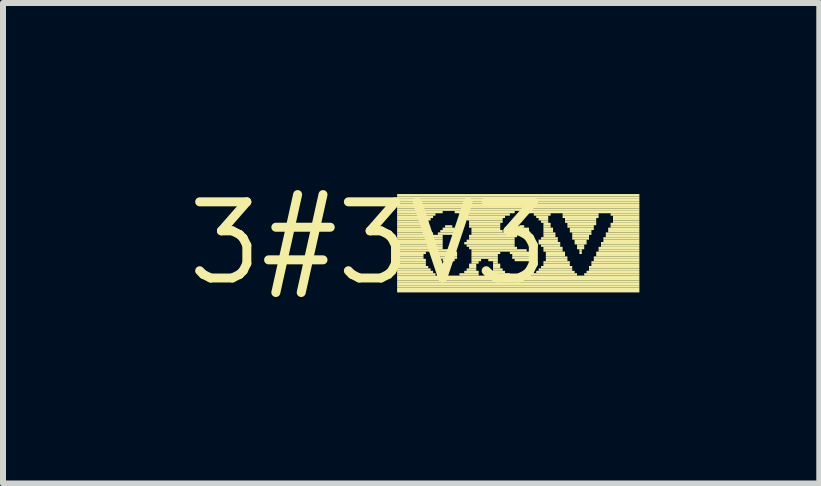
<source format=kicad_pcb>
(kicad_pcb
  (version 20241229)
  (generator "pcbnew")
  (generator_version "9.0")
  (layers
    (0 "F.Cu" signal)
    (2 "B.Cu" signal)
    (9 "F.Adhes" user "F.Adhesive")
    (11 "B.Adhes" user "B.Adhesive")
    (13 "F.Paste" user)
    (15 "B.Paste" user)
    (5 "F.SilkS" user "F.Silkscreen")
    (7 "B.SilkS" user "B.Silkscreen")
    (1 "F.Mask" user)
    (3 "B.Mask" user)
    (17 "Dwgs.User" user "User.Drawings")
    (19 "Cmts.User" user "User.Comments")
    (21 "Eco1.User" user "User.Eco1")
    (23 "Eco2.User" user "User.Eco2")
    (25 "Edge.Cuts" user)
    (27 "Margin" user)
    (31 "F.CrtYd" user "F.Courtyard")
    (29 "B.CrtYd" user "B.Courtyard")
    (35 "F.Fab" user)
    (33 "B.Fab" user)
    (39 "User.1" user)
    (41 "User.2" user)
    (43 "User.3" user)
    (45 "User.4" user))
  (footprint "3#3V3"
    (layer "F.Cu")
    (at 3.092 1.006)
    (property "Reference" "3#3V3" (at 0 0 0) (layer "F.SilkS") (effects (font (size 1.27 1.27) (thickness 0.15))))
    (attr through_hole)
    (fp_poly (pts (xy 0.48 -0.78) (xy 4.52 -0.78) (xy 4.52 -0.82) (xy 0.48 -0.82)) (stroke (width 0) (type solid)) (fill yes) (layer "F.SilkS"))
    (fp_poly (pts (xy 0.48 -0.74) (xy 4.52 -0.74) (xy 4.52 -0.78) (xy 0.48 -0.78)) (stroke (width 0) (type solid)) (fill yes) (layer "F.SilkS"))
    (fp_poly (pts (xy 0.48 -0.7) (xy 4.52 -0.7) (xy 4.52 -0.74) (xy 0.48 -0.74)) (stroke (width 0) (type solid)) (fill yes) (layer "F.SilkS"))
    (fp_poly (pts (xy 0.48 -0.66) (xy 4.52 -0.66) (xy 4.52 -0.7) (xy 0.48 -0.7)) (stroke (width 0) (type solid)) (fill yes) (layer "F.SilkS"))
    (fp_poly (pts (xy 0.48 -0.62) (xy 4.52 -0.62) (xy 4.52 -0.66) (xy 0.48 -0.66)) (stroke (width 0) (type solid)) (fill yes) (layer "F.SilkS"))
    (fp_poly (pts (xy 0.48 -0.58) (xy 4.52 -0.58) (xy 4.52 -0.62) (xy 0.48 -0.62)) (stroke (width 0) (type solid)) (fill yes) (layer "F.SilkS"))
    (fp_poly (pts (xy 0.48 -0.54) (xy 4.52 -0.54) (xy 4.52 -0.58) (xy 0.48 -0.58)) (stroke (width 0) (type solid)) (fill yes) (layer "F.SilkS"))
    (fp_poly (pts (xy 0.48 -0.5) (xy 1.24 -0.5) (xy 1.24 -0.54) (xy 0.48 -0.54)) (stroke (width 0) (type solid)) (fill yes) (layer "F.SilkS"))
    (fp_poly (pts (xy 0.48 -0.46) (xy 1.12 -0.46) (xy 1.12 -0.5) (xy 0.48 -0.5)) (stroke (width 0) (type solid)) (fill yes) (layer "F.SilkS"))
    (fp_poly (pts (xy 0.48 -0.42) (xy 1.08 -0.42) (xy 1.08 -0.46) (xy 0.48 -0.46)) (stroke (width 0) (type solid)) (fill yes) (layer "F.SilkS"))
    (fp_poly (pts (xy 0.48 -0.38) (xy 1.04 -0.38) (xy 1.04 -0.42) (xy 0.48 -0.42)) (stroke (width 0) (type solid)) (fill yes) (layer "F.SilkS"))
    (fp_poly (pts (xy 0.48 -0.34) (xy 1 -0.34) (xy 1 -0.38) (xy 0.48 -0.38)) (stroke (width 0) (type solid)) (fill yes) (layer "F.SilkS"))
    (fp_poly (pts (xy 0.48 -0.3) (xy 1 -0.3) (xy 1 -0.34) (xy 0.48 -0.34)) (stroke (width 0) (type solid)) (fill yes) (layer "F.SilkS"))
    (fp_poly (pts (xy 0.48 -0.26) (xy 0.96 -0.26) (xy 0.96 -0.3) (xy 0.48 -0.3)) (stroke (width 0) (type solid)) (fill yes) (layer "F.SilkS"))
    (fp_poly (pts (xy 0.48 -0.22) (xy 1 -0.22) (xy 1 -0.26) (xy 0.48 -0.26)) (stroke (width 0) (type solid)) (fill yes) (layer "F.SilkS"))
    (fp_poly (pts (xy 0.48 -0.18) (xy 1 -0.18) (xy 1 -0.22) (xy 0.48 -0.22)) (stroke (width 0) (type solid)) (fill yes) (layer "F.SilkS"))
    (fp_poly (pts (xy 0.48 -0.14) (xy 1.08 -0.14) (xy 1.08 -0.18) (xy 0.48 -0.18)) (stroke (width 0) (type solid)) (fill yes) (layer "F.SilkS"))
    (fp_poly (pts (xy 0.48 -0.1) (xy 1.24 -0.1) (xy 1.24 -0.14) (xy 0.48 -0.14)) (stroke (width 0) (type solid)) (fill yes) (layer "F.SilkS"))
    (fp_poly (pts (xy 0.48 -0.06) (xy 1.24 -0.06) (xy 1.24 -0.1) (xy 0.48 -0.1)) (stroke (width 0) (type solid)) (fill yes) (layer "F.SilkS"))
    (fp_poly (pts (xy 0.48 -0.02) (xy 1.24 -0.02) (xy 1.24 -0.06) (xy 0.48 -0.06)) (stroke (width 0) (type solid)) (fill yes) (layer "F.SilkS"))
    (fp_poly (pts (xy 0.48 0.02) (xy 1.24 0.02) (xy 1.24 -0.02) (xy 0.48 -0.02)) (stroke (width 0) (type solid)) (fill yes) (layer "F.SilkS"))
    (fp_poly (pts (xy 0.48 0.06) (xy 1.24 0.06) (xy 1.24 0.02) (xy 0.48 0.02)) (stroke (width 0) (type solid)) (fill yes) (layer "F.SilkS"))
    (fp_poly (pts (xy 0.48 0.1) (xy 1.24 0.1) (xy 1.24 0.06) (xy 0.48 0.06)) (stroke (width 0) (type solid)) (fill yes) (layer "F.SilkS"))
    (fp_poly (pts (xy 0.48 0.14) (xy 1.4 0.14) (xy 1.4 0.1) (xy 0.48 0.1)) (stroke (width 0) (type solid)) (fill yes) (layer "F.SilkS"))
    (fp_poly (pts (xy 0.48 0.18) (xy 0.96 0.18) (xy 0.96 0.14) (xy 0.48 0.14)) (stroke (width 0) (type solid)) (fill yes) (layer "F.SilkS"))
    (fp_poly (pts (xy 0.48 0.22) (xy 0.92 0.22) (xy 0.92 0.18) (xy 0.48 0.18)) (stroke (width 0) (type solid)) (fill yes) (layer "F.SilkS"))
    (fp_poly (pts (xy 0.48 0.26) (xy 0.92 0.26) (xy 0.92 0.22) (xy 0.48 0.22)) (stroke (width 0) (type solid)) (fill yes) (layer "F.SilkS"))
    (fp_poly (pts (xy 0.48 0.3) (xy 0.96 0.3) (xy 0.96 0.26) (xy 0.48 0.26)) (stroke (width 0) (type solid)) (fill yes) (layer "F.SilkS"))
    (fp_poly (pts (xy 0.48 0.34) (xy 0.96 0.34) (xy 0.96 0.3) (xy 0.48 0.3)) (stroke (width 0) (type solid)) (fill yes) (layer "F.SilkS"))
    (fp_poly (pts (xy 0.48 0.38) (xy 0.96 0.38) (xy 0.96 0.34) (xy 0.48 0.34)) (stroke (width 0) (type solid)) (fill yes) (layer "F.SilkS"))
    (fp_poly (pts (xy 0.48 0.42) (xy 1 0.42) (xy 1 0.38) (xy 0.48 0.38)) (stroke (width 0) (type solid)) (fill yes) (layer "F.SilkS"))
    (fp_poly (pts (xy 0.48 0.46) (xy 1.04 0.46) (xy 1.04 0.42) (xy 0.48 0.42)) (stroke (width 0) (type solid)) (fill yes) (layer "F.SilkS"))
    (fp_poly (pts (xy 0.48 0.5) (xy 1.08 0.5) (xy 1.08 0.46) (xy 0.48 0.46)) (stroke (width 0) (type solid)) (fill yes) (layer "F.SilkS"))
    (fp_poly (pts (xy 0.48 0.54) (xy 1.12 0.54) (xy 1.12 0.5) (xy 0.48 0.5)) (stroke (width 0) (type solid)) (fill yes) (layer "F.SilkS"))
    (fp_poly (pts (xy 0.48 0.58) (xy 4.52 0.58) (xy 4.52 0.54) (xy 0.48 0.54)) (stroke (width 0) (type solid)) (fill yes) (layer "F.SilkS"))
    (fp_poly (pts (xy 0.48 0.62) (xy 4.52 0.62) (xy 4.52 0.58) (xy 0.48 0.58)) (stroke (width 0) (type solid)) (fill yes) (layer "F.SilkS"))
    (fp_poly (pts (xy 0.48 0.66) (xy 4.52 0.66) (xy 4.52 0.62) (xy 0.48 0.62)) (stroke (width 0) (type solid)) (fill yes) (layer "F.SilkS"))
    (fp_poly (pts (xy 0.48 0.7) (xy 4.52 0.7) (xy 4.52 0.66) (xy 0.48 0.66)) (stroke (width 0) (type solid)) (fill yes) (layer "F.SilkS"))
    (fp_poly (pts (xy 0.48 0.74) (xy 4.52 0.74) (xy 4.52 0.7) (xy 0.48 0.7)) (stroke (width 0) (type solid)) (fill yes) (layer "F.SilkS"))
    (fp_poly (pts (xy 0.48 0.78) (xy 4.52 0.78) (xy 4.52 0.74) (xy 0.48 0.74)) (stroke (width 0) (type solid)) (fill yes) (layer "F.SilkS"))
    (fp_poly (pts (xy 0.48 0.82) (xy 4.52 0.82) (xy 4.52 0.78) (xy 0.48 0.78)) (stroke (width 0) (type solid)) (fill yes) (layer "F.SilkS"))
    (fp_poly (pts (xy 1.16 -0.14) (xy 1.44 -0.14) (xy 1.44 -0.18) (xy 1.16 -0.18)) (stroke (width 0) (type solid)) (fill yes) (layer "F.SilkS"))
    (fp_poly (pts (xy 1.16 0.18) (xy 1.48 0.18) (xy 1.48 0.14) (xy 1.16 0.14)) (stroke (width 0) (type solid)) (fill yes) (layer "F.SilkS"))
    (fp_poly (pts (xy 1.16 0.22) (xy 1.48 0.22) (xy 1.48 0.18) (xy 1.16 0.18)) (stroke (width 0) (type solid)) (fill yes) (layer "F.SilkS"))
    (fp_poly (pts (xy 1.2 -0.18) (xy 1.44 -0.18) (xy 1.44 -0.22) (xy 1.2 -0.22)) (stroke (width 0) (type solid)) (fill yes) (layer "F.SilkS"))
    (fp_poly (pts (xy 1.2 0.26) (xy 1.48 0.26) (xy 1.48 0.22) (xy 1.2 0.22)) (stroke (width 0) (type solid)) (fill yes) (layer "F.SilkS"))
    (fp_poly (pts (xy 1.24 -0.22) (xy 1.44 -0.22) (xy 1.44 -0.26) (xy 1.24 -0.26)) (stroke (width 0) (type solid)) (fill yes) (layer "F.SilkS"))
    (fp_poly (pts (xy 1.24 0.3) (xy 1.44 0.3) (xy 1.44 0.26) (xy 1.24 0.26)) (stroke (width 0) (type solid)) (fill yes) (layer "F.SilkS"))
    (fp_poly (pts (xy 1.28 -0.26) (xy 1.4 -0.26) (xy 1.4 -0.3) (xy 1.28 -0.3)) (stroke (width 0) (type solid)) (fill yes) (layer "F.SilkS"))
    (fp_poly (pts (xy 1.44 -0.5) (xy 2.44 -0.5) (xy 2.44 -0.54) (xy 1.44 -0.54)) (stroke (width 0) (type solid)) (fill yes) (layer "F.SilkS"))
    (fp_poly (pts (xy 1.52 -0.46) (xy 2.36 -0.46) (xy 2.36 -0.5) (xy 1.52 -0.5)) (stroke (width 0) (type solid)) (fill yes) (layer "F.SilkS"))
    (fp_poly (pts (xy 1.52 0.54) (xy 1.84 0.54) (xy 1.84 0.5) (xy 1.52 0.5)) (stroke (width 0) (type solid)) (fill yes) (layer "F.SilkS"))
    (fp_poly (pts (xy 1.6 -0.42) (xy 2.28 -0.42) (xy 2.28 -0.46) (xy 1.6 -0.46)) (stroke (width 0) (type solid)) (fill yes) (layer "F.SilkS"))
    (fp_poly (pts (xy 1.6 0.02) (xy 2.44 0.02) (xy 2.44 -0.02) (xy 1.6 -0.02)) (stroke (width 0) (type solid)) (fill yes) (layer "F.SilkS"))
    (fp_poly (pts (xy 1.6 0.5) (xy 1.84 0.5) (xy 1.84 0.46) (xy 1.6 0.46)) (stroke (width 0) (type solid)) (fill yes) (layer "F.SilkS"))
    (fp_poly (pts (xy 1.64 -0.38) (xy 2.24 -0.38) (xy 2.24 -0.42) (xy 1.64 -0.42)) (stroke (width 0) (type solid)) (fill yes) (layer "F.SilkS"))
    (fp_poly (pts (xy 1.64 -0.02) (xy 2.44 -0.02) (xy 2.44 -0.06) (xy 1.64 -0.06)) (stroke (width 0) (type solid)) (fill yes) (layer "F.SilkS"))
    (fp_poly (pts (xy 1.64 0.06) (xy 2.44 0.06) (xy 2.44 0.02) (xy 1.64 0.02)) (stroke (width 0) (type solid)) (fill yes) (layer "F.SilkS"))
    (fp_poly (pts (xy 1.64 0.46) (xy 1.8 0.46) (xy 1.8 0.42) (xy 1.64 0.42)) (stroke (width 0) (type solid)) (fill yes) (layer "F.SilkS"))
    (fp_poly (pts (xy 1.68 -0.34) (xy 2.24 -0.34) (xy 2.24 -0.38) (xy 1.68 -0.38)) (stroke (width 0) (type solid)) (fill yes) (layer "F.SilkS"))
    (fp_poly (pts (xy 1.68 -0.3) (xy 2.2 -0.3) (xy 2.2 -0.34) (xy 1.68 -0.34)) (stroke (width 0) (type solid)) (fill yes) (layer "F.SilkS"))
    (fp_poly (pts (xy 1.68 -0.26) (xy 2.2 -0.26) (xy 2.2 -0.3) (xy 1.68 -0.3)) (stroke (width 0) (type solid)) (fill yes) (layer "F.SilkS"))
    (fp_poly (pts (xy 1.68 -0.1) (xy 2.48 -0.1) (xy 2.48 -0.14) (xy 1.68 -0.14)) (stroke (width 0) (type solid)) (fill yes) (layer "F.SilkS"))
    (fp_poly (pts (xy 1.68 -0.06) (xy 2.44 -0.06) (xy 2.44 -0.1) (xy 1.68 -0.1)) (stroke (width 0) (type solid)) (fill yes) (layer "F.SilkS"))
    (fp_poly (pts (xy 1.68 0.1) (xy 2.48 0.1) (xy 2.48 0.06) (xy 1.68 0.06)) (stroke (width 0) (type solid)) (fill yes) (layer "F.SilkS"))
    (fp_poly (pts (xy 1.68 0.38) (xy 1.8 0.38) (xy 1.8 0.34) (xy 1.68 0.34)) (stroke (width 0) (type solid)) (fill yes) (layer "F.SilkS"))
    (fp_poly (pts (xy 1.68 0.42) (xy 1.8 0.42) (xy 1.8 0.38) (xy 1.68 0.38)) (stroke (width 0) (type solid)) (fill yes) (layer "F.SilkS"))
    (fp_poly (pts (xy 1.72 -0.22) (xy 2.2 -0.22) (xy 2.2 -0.26) (xy 1.72 -0.26)) (stroke (width 0) (type solid)) (fill yes) (layer "F.SilkS"))
    (fp_poly (pts (xy 1.72 -0.18) (xy 2.24 -0.18) (xy 2.24 -0.22) (xy 1.72 -0.22)) (stroke (width 0) (type solid)) (fill yes) (layer "F.SilkS"))
    (fp_poly (pts (xy 1.72 -0.14) (xy 2.28 -0.14) (xy 2.28 -0.18) (xy 1.72 -0.18)) (stroke (width 0) (type solid)) (fill yes) (layer "F.SilkS"))
    (fp_poly (pts (xy 1.72 0.14) (xy 2.64 0.14) (xy 2.64 0.1) (xy 1.72 0.1)) (stroke (width 0) (type solid)) (fill yes) (layer "F.SilkS"))
    (fp_poly (pts (xy 1.72 0.18) (xy 2.2 0.18) (xy 2.2 0.14) (xy 1.72 0.14)) (stroke (width 0) (type solid)) (fill yes) (layer "F.SilkS"))
    (fp_poly (pts (xy 1.72 0.22) (xy 2.16 0.22) (xy 2.16 0.18) (xy 1.72 0.18)) (stroke (width 0) (type solid)) (fill yes) (layer "F.SilkS"))
    (fp_poly (pts (xy 1.72 0.26) (xy 2.16 0.26) (xy 2.16 0.22) (xy 1.72 0.22)) (stroke (width 0) (type solid)) (fill yes) (layer "F.SilkS"))
    (fp_poly (pts (xy 1.72 0.3) (xy 1.88 0.3) (xy 1.88 0.26) (xy 1.72 0.26)) (stroke (width 0) (type solid)) (fill yes) (layer "F.SilkS"))
    (fp_poly (pts (xy 1.72 0.34) (xy 1.84 0.34) (xy 1.84 0.3) (xy 1.72 0.3)) (stroke (width 0) (type solid)) (fill yes) (layer "F.SilkS"))
    (fp_poly (pts (xy 2 0.3) (xy 2.16 0.3) (xy 2.16 0.26) (xy 2 0.26)) (stroke (width 0) (type solid)) (fill yes) (layer "F.SilkS"))
    (fp_poly (pts (xy 2.04 0.54) (xy 2.36 0.54) (xy 2.36 0.5) (xy 2.04 0.5)) (stroke (width 0) (type solid)) (fill yes) (layer "F.SilkS"))
    (fp_poly (pts (xy 2.08 0.34) (xy 2.16 0.34) (xy 2.16 0.3) (xy 2.08 0.3)) (stroke (width 0) (type solid)) (fill yes) (layer "F.SilkS"))
    (fp_poly (pts (xy 2.08 0.38) (xy 2.2 0.38) (xy 2.2 0.34) (xy 2.08 0.34)) (stroke (width 0) (type solid)) (fill yes) (layer "F.SilkS"))
    (fp_poly (pts (xy 2.08 0.42) (xy 2.2 0.42) (xy 2.2 0.38) (xy 2.08 0.38)) (stroke (width 0) (type solid)) (fill yes) (layer "F.SilkS"))
    (fp_poly (pts (xy 2.08 0.46) (xy 2.24 0.46) (xy 2.24 0.42) (xy 2.08 0.42)) (stroke (width 0) (type solid)) (fill yes) (layer "F.SilkS"))
    (fp_poly (pts (xy 2.08 0.5) (xy 2.28 0.5) (xy 2.28 0.46) (xy 2.08 0.46)) (stroke (width 0) (type solid)) (fill yes) (layer "F.SilkS"))
    (fp_poly (pts (xy 2.36 0.18) (xy 2.68 0.18) (xy 2.68 0.14) (xy 2.36 0.14)) (stroke (width 0) (type solid)) (fill yes) (layer "F.SilkS"))
    (fp_poly (pts (xy 2.4 -0.14) (xy 2.64 -0.14) (xy 2.64 -0.18) (xy 2.4 -0.18)) (stroke (width 0) (type solid)) (fill yes) (layer "F.SilkS"))
    (fp_poly (pts (xy 2.4 0.22) (xy 2.72 0.22) (xy 2.72 0.18) (xy 2.4 0.18)) (stroke (width 0) (type solid)) (fill yes) (layer "F.SilkS"))
    (fp_poly (pts (xy 2.4 0.26) (xy 2.68 0.26) (xy 2.68 0.22) (xy 2.4 0.22)) (stroke (width 0) (type solid)) (fill yes) (layer "F.SilkS"))
    (fp_poly (pts (xy 2.44 -0.22) (xy 2.68 -0.22) (xy 2.68 -0.26) (xy 2.44 -0.26)) (stroke (width 0) (type solid)) (fill yes) (layer "F.SilkS"))
    (fp_poly (pts (xy 2.44 -0.18) (xy 2.68 -0.18) (xy 2.68 -0.22) (xy 2.44 -0.22)) (stroke (width 0) (type solid)) (fill yes) (layer "F.SilkS"))
    (fp_poly (pts (xy 2.44 0.3) (xy 2.68 0.3) (xy 2.68 0.26) (xy 2.44 0.26)) (stroke (width 0) (type solid)) (fill yes) (layer "F.SilkS"))
    (fp_poly (pts (xy 2.52 -0.26) (xy 2.6 -0.26) (xy 2.6 -0.3) (xy 2.52 -0.3)) (stroke (width 0) (type solid)) (fill yes) (layer "F.SilkS"))
    (fp_poly (pts (xy 2.64 -0.5) (xy 4.52 -0.5) (xy 4.52 -0.54) (xy 2.64 -0.54)) (stroke (width 0) (type solid)) (fill yes) (layer "F.SilkS"))
    (fp_poly (pts (xy 2.72 0.54) (xy 3.48 0.54) (xy 3.48 0.5) (xy 2.72 0.5)) (stroke (width 0) (type solid)) (fill yes) (layer "F.SilkS"))
    (fp_poly (pts (xy 2.76 -0.46) (xy 3.04 -0.46) (xy 3.04 -0.5) (xy 2.76 -0.5)) (stroke (width 0) (type solid)) (fill yes) (layer "F.SilkS"))
    (fp_poly (pts (xy 2.8 -0.42) (xy 3 -0.42) (xy 3 -0.46) (xy 2.8 -0.46)) (stroke (width 0) (type solid)) (fill yes) (layer "F.SilkS"))
    (fp_poly (pts (xy 2.8 0.5) (xy 3.44 0.5) (xy 3.44 0.46) (xy 2.8 0.46)) (stroke (width 0) (type solid)) (fill yes) (layer "F.SilkS"))
    (fp_poly (pts (xy 2.84 -0.38) (xy 3 -0.38) (xy 3 -0.42) (xy 2.84 -0.42)) (stroke (width 0) (type solid)) (fill yes) (layer "F.SilkS"))
    (fp_poly (pts (xy 2.84 -0.02) (xy 3.16 -0.02) (xy 3.16 -0.06) (xy 2.84 -0.06)) (stroke (width 0) (type solid)) (fill yes) (layer "F.SilkS"))
    (fp_poly (pts (xy 2.84 0.02) (xy 3.2 0.02) (xy 3.2 -0.02) (xy 2.84 -0.02)) (stroke (width 0) (type solid)) (fill yes) (layer "F.SilkS"))
    (fp_poly (pts (xy 2.84 0.46) (xy 3.4 0.46) (xy 3.4 0.42) (xy 2.84 0.42)) (stroke (width 0) (type solid)) (fill yes) (layer "F.SilkS"))
    (fp_poly (pts (xy 2.88 -0.34) (xy 3 -0.34) (xy 3 -0.38) (xy 2.88 -0.38)) (stroke (width 0) (type solid)) (fill yes) (layer "F.SilkS"))
    (fp_poly (pts (xy 2.88 -0.06) (xy 3.16 -0.06) (xy 3.16 -0.1) (xy 2.88 -0.1)) (stroke (width 0) (type solid)) (fill yes) (layer "F.SilkS"))
    (fp_poly (pts (xy 2.88 0.06) (xy 3.2 0.06) (xy 3.2 0.02) (xy 2.88 0.02)) (stroke (width 0) (type solid)) (fill yes) (layer "F.SilkS"))
    (fp_poly (pts (xy 2.88 0.42) (xy 3.4 0.42) (xy 3.4 0.38) (xy 2.88 0.38)) (stroke (width 0) (type solid)) (fill yes) (layer "F.SilkS"))
    (fp_poly (pts (xy 2.92 -0.3) (xy 3.04 -0.3) (xy 3.04 -0.34) (xy 2.92 -0.34)) (stroke (width 0) (type solid)) (fill yes) (layer "F.SilkS"))
    (fp_poly (pts (xy 2.92 -0.26) (xy 3.04 -0.26) (xy 3.04 -0.3) (xy 2.92 -0.3)) (stroke (width 0) (type solid)) (fill yes) (layer "F.SilkS"))
    (fp_poly (pts (xy 2.92 -0.22) (xy 3.08 -0.22) (xy 3.08 -0.26) (xy 2.92 -0.26)) (stroke (width 0) (type solid)) (fill yes) (layer "F.SilkS"))
    (fp_poly (pts (xy 2.92 -0.18) (xy 3.08 -0.18) (xy 3.08 -0.22) (xy 2.92 -0.22)) (stroke (width 0) (type solid)) (fill yes) (layer "F.SilkS"))
    (fp_poly (pts (xy 2.92 -0.14) (xy 3.12 -0.14) (xy 3.12 -0.18) (xy 2.92 -0.18)) (stroke (width 0) (type solid)) (fill yes) (layer "F.SilkS"))
    (fp_poly (pts (xy 2.92 -0.1) (xy 3.12 -0.1) (xy 3.12 -0.14) (xy 2.92 -0.14)) (stroke (width 0) (type solid)) (fill yes) (layer "F.SilkS"))
    (fp_poly (pts (xy 2.92 0.1) (xy 3.24 0.1) (xy 3.24 0.06) (xy 2.92 0.06)) (stroke (width 0) (type solid)) (fill yes) (layer "F.SilkS"))
    (fp_poly (pts (xy 2.92 0.14) (xy 3.24 0.14) (xy 3.24 0.1) (xy 2.92 0.1)) (stroke (width 0) (type solid)) (fill yes) (layer "F.SilkS"))
    (fp_poly (pts (xy 2.92 0.34) (xy 3.36 0.34) (xy 3.36 0.3) (xy 2.92 0.3)) (stroke (width 0) (type solid)) (fill yes) (layer "F.SilkS"))
    (fp_poly (pts (xy 2.92 0.38) (xy 3.36 0.38) (xy 3.36 0.34) (xy 2.92 0.34)) (stroke (width 0) (type solid)) (fill yes) (layer "F.SilkS"))
    (fp_poly (pts (xy 2.96 0.18) (xy 3.28 0.18) (xy 3.28 0.14) (xy 2.96 0.14)) (stroke (width 0) (type solid)) (fill yes) (layer "F.SilkS"))
    (fp_poly (pts (xy 2.96 0.22) (xy 3.28 0.22) (xy 3.28 0.18) (xy 2.96 0.18)) (stroke (width 0) (type solid)) (fill yes) (layer "F.SilkS"))
    (fp_poly (pts (xy 2.96 0.26) (xy 3.32 0.26) (xy 3.32 0.22) (xy 2.96 0.22)) (stroke (width 0) (type solid)) (fill yes) (layer "F.SilkS"))
    (fp_poly (pts (xy 2.96 0.3) (xy 3.32 0.3) (xy 3.32 0.26) (xy 2.96 0.26)) (stroke (width 0) (type solid)) (fill yes) (layer "F.SilkS"))
    (fp_poly (pts (xy 3.24 -0.46) (xy 3.84 -0.46) (xy 3.84 -0.5) (xy 3.24 -0.5)) (stroke (width 0) (type solid)) (fill yes) (layer "F.SilkS"))
    (fp_poly (pts (xy 3.24 -0.42) (xy 3.84 -0.42) (xy 3.84 -0.46) (xy 3.24 -0.46)) (stroke (width 0) (type solid)) (fill yes) (layer "F.SilkS"))
    (fp_poly (pts (xy 3.28 -0.38) (xy 3.8 -0.38) (xy 3.8 -0.42) (xy 3.28 -0.42)) (stroke (width 0) (type solid)) (fill yes) (layer "F.SilkS"))
    (fp_poly (pts (xy 3.28 -0.34) (xy 3.8 -0.34) (xy 3.8 -0.38) (xy 3.28 -0.38)) (stroke (width 0) (type solid)) (fill yes) (layer "F.SilkS"))
    (fp_poly (pts (xy 3.32 -0.3) (xy 3.8 -0.3) (xy 3.8 -0.34) (xy 3.32 -0.34)) (stroke (width 0) (type solid)) (fill yes) (layer "F.SilkS"))
    (fp_poly (pts (xy 3.32 -0.26) (xy 3.76 -0.26) (xy 3.76 -0.3) (xy 3.32 -0.3)) (stroke (width 0) (type solid)) (fill yes) (layer "F.SilkS"))
    (fp_poly (pts (xy 3.36 -0.22) (xy 3.76 -0.22) (xy 3.76 -0.26) (xy 3.36 -0.26)) (stroke (width 0) (type solid)) (fill yes) (layer "F.SilkS"))
    (fp_poly (pts (xy 3.36 -0.18) (xy 3.72 -0.18) (xy 3.72 -0.22) (xy 3.36 -0.22)) (stroke (width 0) (type solid)) (fill yes) (layer "F.SilkS"))
    (fp_poly (pts (xy 3.4 -0.14) (xy 3.72 -0.14) (xy 3.72 -0.18) (xy 3.4 -0.18)) (stroke (width 0) (type solid)) (fill yes) (layer "F.SilkS"))
    (fp_poly (pts (xy 3.4 -0.1) (xy 3.68 -0.1) (xy 3.68 -0.14) (xy 3.4 -0.14)) (stroke (width 0) (type solid)) (fill yes) (layer "F.SilkS"))
    (fp_poly (pts (xy 3.4 -0.06) (xy 3.68 -0.06) (xy 3.68 -0.1) (xy 3.4 -0.1)) (stroke (width 0) (type solid)) (fill yes) (layer "F.SilkS"))
    (fp_poly (pts (xy 3.44 -0.02) (xy 3.64 -0.02) (xy 3.64 -0.06) (xy 3.44 -0.06)) (stroke (width 0) (type solid)) (fill yes) (layer "F.SilkS"))
    (fp_poly (pts (xy 3.44 0.02) (xy 3.64 0.02) (xy 3.64 -0.02) (xy 3.44 -0.02)) (stroke (width 0) (type solid)) (fill yes) (layer "F.SilkS"))
    (fp_poly (pts (xy 3.48 0.06) (xy 3.6 0.06) (xy 3.6 0.02) (xy 3.48 0.02)) (stroke (width 0) (type solid)) (fill yes) (layer "F.SilkS"))
    (fp_poly (pts (xy 3.48 0.1) (xy 3.6 0.1) (xy 3.6 0.06) (xy 3.48 0.06)) (stroke (width 0) (type solid)) (fill yes) (layer "F.SilkS"))
    (fp_poly (pts (xy 3.52 0.14) (xy 3.56 0.14) (xy 3.56 0.1) (xy 3.52 0.1)) (stroke (width 0) (type solid)) (fill yes) (layer "F.SilkS"))
    (fp_poly (pts (xy 3.52 0.18) (xy 3.56 0.18) (xy 3.56 0.14) (xy 3.52 0.14)) (stroke (width 0) (type solid)) (fill yes) (layer "F.SilkS"))
    (fp_poly (pts (xy 3.6 0.54) (xy 4.52 0.54) (xy 4.52 0.5) (xy 3.6 0.5)) (stroke (width 0) (type solid)) (fill yes) (layer "F.SilkS"))
    (fp_poly (pts (xy 3.64 0.5) (xy 4.52 0.5) (xy 4.52 0.46) (xy 3.64 0.46)) (stroke (width 0) (type solid)) (fill yes) (layer "F.SilkS"))
    (fp_poly (pts (xy 3.68 0.42) (xy 4.52 0.42) (xy 4.52 0.38) (xy 3.68 0.38)) (stroke (width 0) (type solid)) (fill yes) (layer "F.SilkS"))
    (fp_poly (pts (xy 3.68 0.46) (xy 4.52 0.46) (xy 4.52 0.42) (xy 3.68 0.42)) (stroke (width 0) (type solid)) (fill yes) (layer "F.SilkS"))
    (fp_poly (pts (xy 3.72 0.34) (xy 4.52 0.34) (xy 4.52 0.3) (xy 3.72 0.3)) (stroke (width 0) (type solid)) (fill yes) (layer "F.SilkS"))
    (fp_poly (pts (xy 3.72 0.38) (xy 4.52 0.38) (xy 4.52 0.34) (xy 3.72 0.34)) (stroke (width 0) (type solid)) (fill yes) (layer "F.SilkS"))
    (fp_poly (pts (xy 3.76 0.26) (xy 4.52 0.26) (xy 4.52 0.22) (xy 3.76 0.22)) (stroke (width 0) (type solid)) (fill yes) (layer "F.SilkS"))
    (fp_poly (pts (xy 3.76 0.3) (xy 4.52 0.3) (xy 4.52 0.26) (xy 3.76 0.26)) (stroke (width 0) (type solid)) (fill yes) (layer "F.SilkS"))
    (fp_poly (pts (xy 3.8 0.18) (xy 4.52 0.18) (xy 4.52 0.14) (xy 3.8 0.14)) (stroke (width 0) (type solid)) (fill yes) (layer "F.SilkS"))
    (fp_poly (pts (xy 3.8 0.22) (xy 4.52 0.22) (xy 4.52 0.18) (xy 3.8 0.18)) (stroke (width 0) (type solid)) (fill yes) (layer "F.SilkS"))
    (fp_poly (pts (xy 3.84 0.1) (xy 4.52 0.1) (xy 4.52 0.06) (xy 3.84 0.06)) (stroke (width 0) (type solid)) (fill yes) (layer "F.SilkS"))
    (fp_poly (pts (xy 3.84 0.14) (xy 4.52 0.14) (xy 4.52 0.1) (xy 3.84 0.1)) (stroke (width 0) (type solid)) (fill yes) (layer "F.SilkS"))
    (fp_poly (pts (xy 3.88 0.02) (xy 4.52 0.02) (xy 4.52 -0.02) (xy 3.88 -0.02)) (stroke (width 0) (type solid)) (fill yes) (layer "F.SilkS"))
    (fp_poly (pts (xy 3.88 0.06) (xy 4.52 0.06) (xy 4.52 0.02) (xy 3.88 0.02)) (stroke (width 0) (type solid)) (fill yes) (layer "F.SilkS"))
    (fp_poly (pts (xy 3.92 -0.06) (xy 4.52 -0.06) (xy 4.52 -0.1) (xy 3.92 -0.1)) (stroke (width 0) (type solid)) (fill yes) (layer "F.SilkS"))
    (fp_poly (pts (xy 3.92 -0.02) (xy 4.52 -0.02) (xy 4.52 -0.06) (xy 3.92 -0.06)) (stroke (width 0) (type solid)) (fill yes) (layer "F.SilkS"))
    (fp_poly (pts (xy 3.96 -0.14) (xy 4.52 -0.14) (xy 4.52 -0.18) (xy 3.96 -0.18)) (stroke (width 0) (type solid)) (fill yes) (layer "F.SilkS"))
    (fp_poly (pts (xy 3.96 -0.1) (xy 4.52 -0.1) (xy 4.52 -0.14) (xy 3.96 -0.14)) (stroke (width 0) (type solid)) (fill yes) (layer "F.SilkS"))
    (fp_poly (pts (xy 4 -0.22) (xy 4.52 -0.22) (xy 4.52 -0.26) (xy 4 -0.26)) (stroke (width 0) (type solid)) (fill yes) (layer "F.SilkS"))
    (fp_poly (pts (xy 4 -0.18) (xy 4.52 -0.18) (xy 4.52 -0.22) (xy 4 -0.22)) (stroke (width 0) (type solid)) (fill yes) (layer "F.SilkS"))
    (fp_poly (pts (xy 4.04 -0.46) (xy 4.52 -0.46) (xy 4.52 -0.5) (xy 4.04 -0.5)) (stroke (width 0) (type solid)) (fill yes) (layer "F.SilkS"))
    (fp_poly (pts (xy 4.04 -0.3) (xy 4.52 -0.3) (xy 4.52 -0.34) (xy 4.04 -0.34)) (stroke (width 0) (type solid)) (fill yes) (layer "F.SilkS"))
    (fp_poly (pts (xy 4.04 -0.26) (xy 4.52 -0.26) (xy 4.52 -0.3) (xy 4.04 -0.3)) (stroke (width 0) (type solid)) (fill yes) (layer "F.SilkS"))
    (fp_poly (pts (xy 4.08 -0.42) (xy 4.52 -0.42) (xy 4.52 -0.46) (xy 4.08 -0.46)) (stroke (width 0) (type solid)) (fill yes) (layer "F.SilkS"))
    (fp_poly (pts (xy 4.08 -0.38) (xy 4.52 -0.38) (xy 4.52 -0.42) (xy 4.08 -0.42)) (stroke (width 0) (type solid)) (fill yes) (layer "F.SilkS"))
    (fp_poly (pts (xy 4.08 -0.34) (xy 4.52 -0.34) (xy 4.52 -0.38) (xy 4.08 -0.38)) (stroke (width 0) (type solid)) (fill yes) (layer "F.SilkS")))
  (gr_rect
    (start -3 -3)
    (end 10.612 5.012)
    (stroke (width 0.1) (type default))
    (fill no)
    (layer "Edge.Cuts")))
</source>
